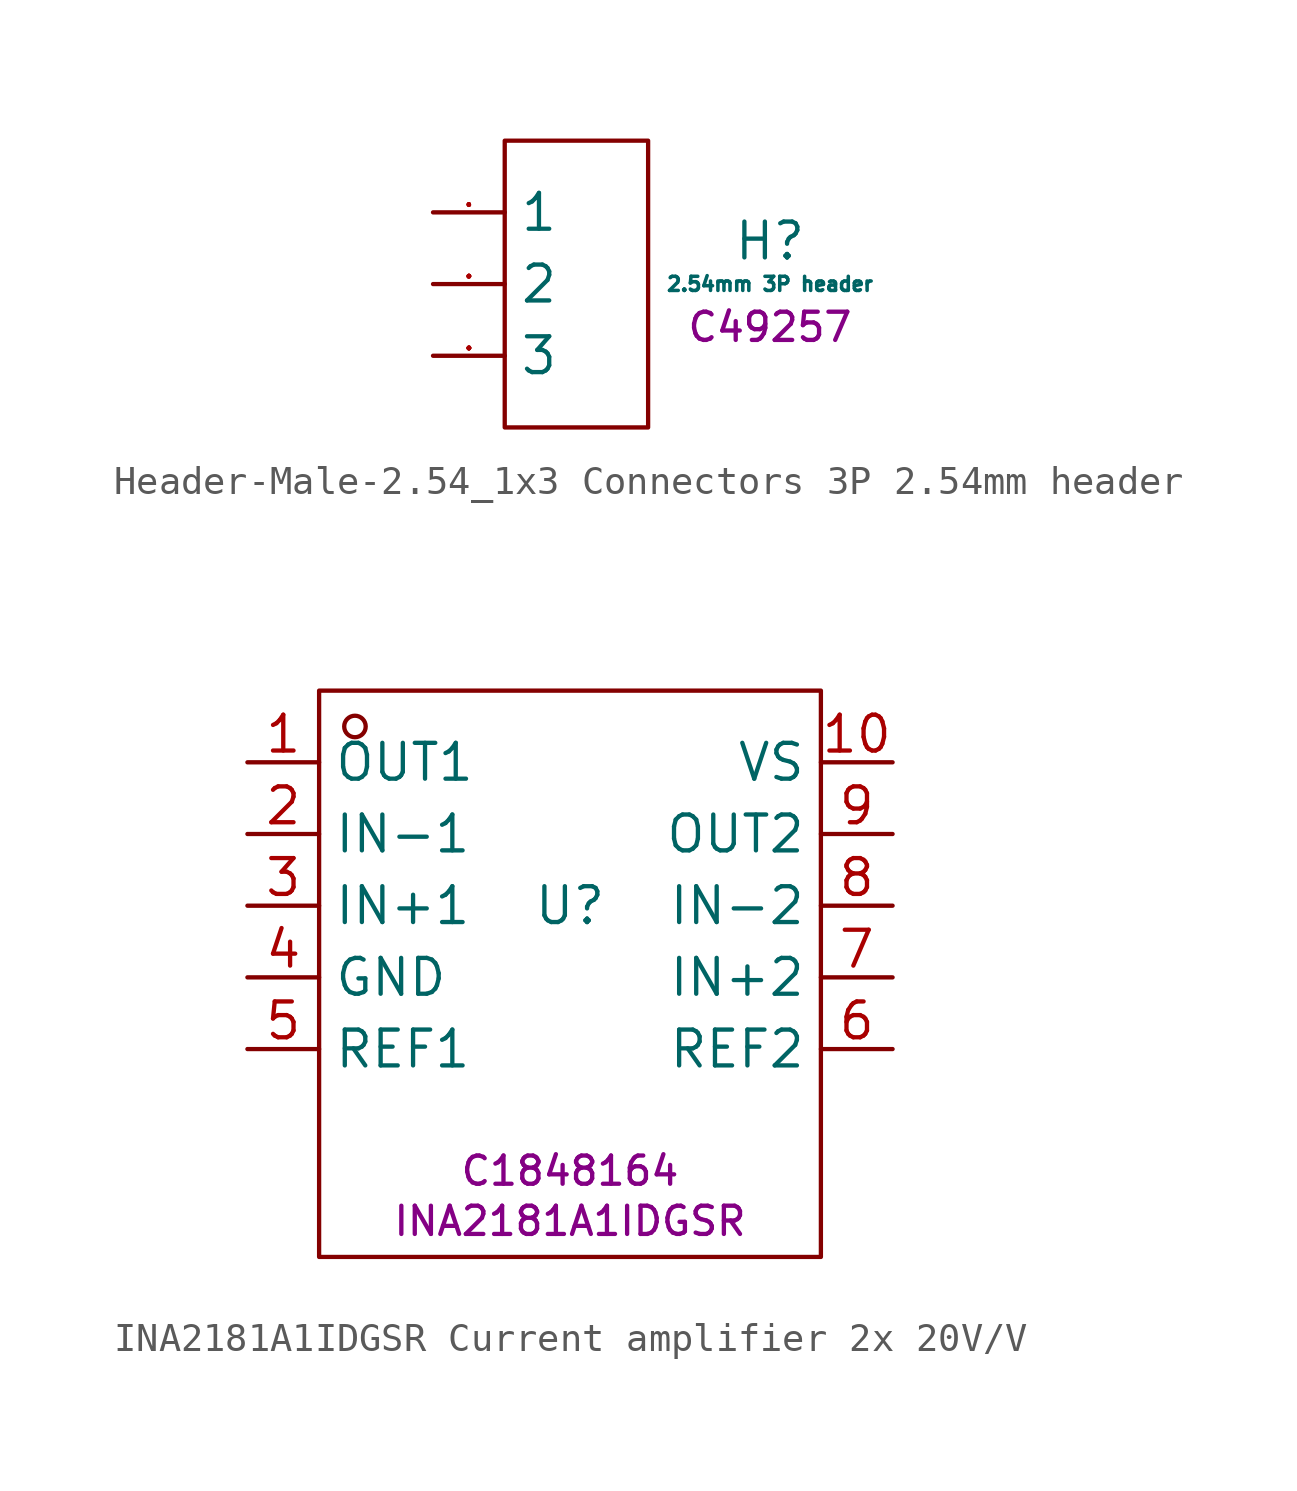
<source format=kicad_sym>
(kicad_symbol_lib
  (version 20241209)
  (generator "kicad_symbol_editor")
  (generator_version "9.0")
  (symbol "Header-Male-2.54_1x3 Connectors 3P 2.54mm header"
    (property "Reference" "H"
      (at 8.128 1.524 0)
      (do_not_autoplace)
      (effects (font (size 1.27 1.27))))
    (property "Value" "2.54mm 3P header"
      (at 8.128 0 0)
      (do_not_autoplace)
      (effects (font (size 0.5 0.5))))
    (property "LCSC Part #" "C49257"
      (at 8.128 -1.524 0)
      (do_not_autoplace)
      (effects (font (size 1 1))))
    (symbol "Header-Male-2.54_1x3 Connectors 3P 2.54mm header_1_0"
      (rectangle (start -1.27 -5.08) (end 3.81 5.08) (stroke (width 0) (type default)) (fill (type none)))
      (pin input line (at -3.81 2.54 0) (length 2.54) (name "1" (effects (font (size 1.27 1.27)))) (number "1" (effects (font (size 0.025 0.025)))))
      (pin input line (at -3.81 0 0) (length 2.54) (name "2" (effects (font (size 1.27 1.27)))) (number "2" (effects (font (size 0.025 0.025)))))
      (pin input line (at -3.81 -2.54 0) (length 2.54) (name "3" (effects (font (size 1.27 1.27)))) (number "3" (effects (font (size 0.025 0.025)))))))
  (symbol "INA2181A1IDGSR Current amplifier 2x 20V/V"
    (property "Reference" "U"
      (at 0 0 0)
      (do_not_autoplace)
      (effects (font (size 1.27 1.27))))
    (property "Manufacturer Part" "INA2181A1IDGSR"
      (at 0 -11.176 0)
      (do_not_autoplace)
      (effects (font (size 1 1))))
    (property "LCSC Part #" "C1848164"
      (at 0 -9.398 0)
      (do_not_autoplace)
      (effects (font (size 1 1))))
    (symbol "INA2181A1IDGSR Current amplifier 2x 20V/V_1_0"
      (rectangle (start -8.89 7.62) (end 8.89 -12.446) (stroke (width 0) (type default)) (fill (type none)))
      (circle (center -7.62 6.35) (radius 0.381) (stroke (width 0) (type default)) (fill (type none)))
      (pin unspecified line (at -11.43 5.08 0) (length 2.54) (name "OUT1" (effects (font (size 1.27 1.27)))) (number "1" (effects (font (size 1.27 1.27)))))
      (pin unspecified line (at -11.43 2.54 0) (length 2.54) (name "IN-1" (effects (font (size 1.27 1.27)))) (number "2" (effects (font (size 1.27 1.27)))))
      (pin unspecified line (at -11.43 0 0) (length 2.54) (name "IN+1" (effects (font (size 1.27 1.27)))) (number "3" (effects (font (size 1.27 1.27)))))
      (pin unspecified line (at -11.43 -2.54 0) (length 2.54) (name "GND" (effects (font (size 1.27 1.27)))) (number "4" (effects (font (size 1.27 1.27)))))
      (pin unspecified line (at -11.43 -5.08 0) (length 2.54) (name "REF1" (effects (font (size 1.27 1.27)))) (number "5" (effects (font (size 1.27 1.27)))))
      (pin unspecified line (at 11.43 5.08 180) (length 2.54) (name "VS" (effects (font (size 1.27 1.27)))) (number "10" (effects (font (size 1.27 1.27)))))
      (pin unspecified line (at 11.43 2.54 180) (length 2.54) (name "OUT2" (effects (font (size 1.27 1.27)))) (number "9" (effects (font (size 1.27 1.27)))))
      (pin unspecified line (at 11.43 0 180) (length 2.54) (name "IN-2" (effects (font (size 1.27 1.27)))) (number "8" (effects (font (size 1.27 1.27)))))
      (pin unspecified line (at 11.43 -2.54 180) (length 2.54) (name "IN+2" (effects (font (size 1.27 1.27)))) (number "7" (effects (font (size 1.27 1.27)))))
      (pin unspecified line (at 11.43 -5.08 180) (length 2.54) (name "REF2" (effects (font (size 1.27 1.27)))) (number "6" (effects (font (size 1.27 1.27))))))))
</source>
